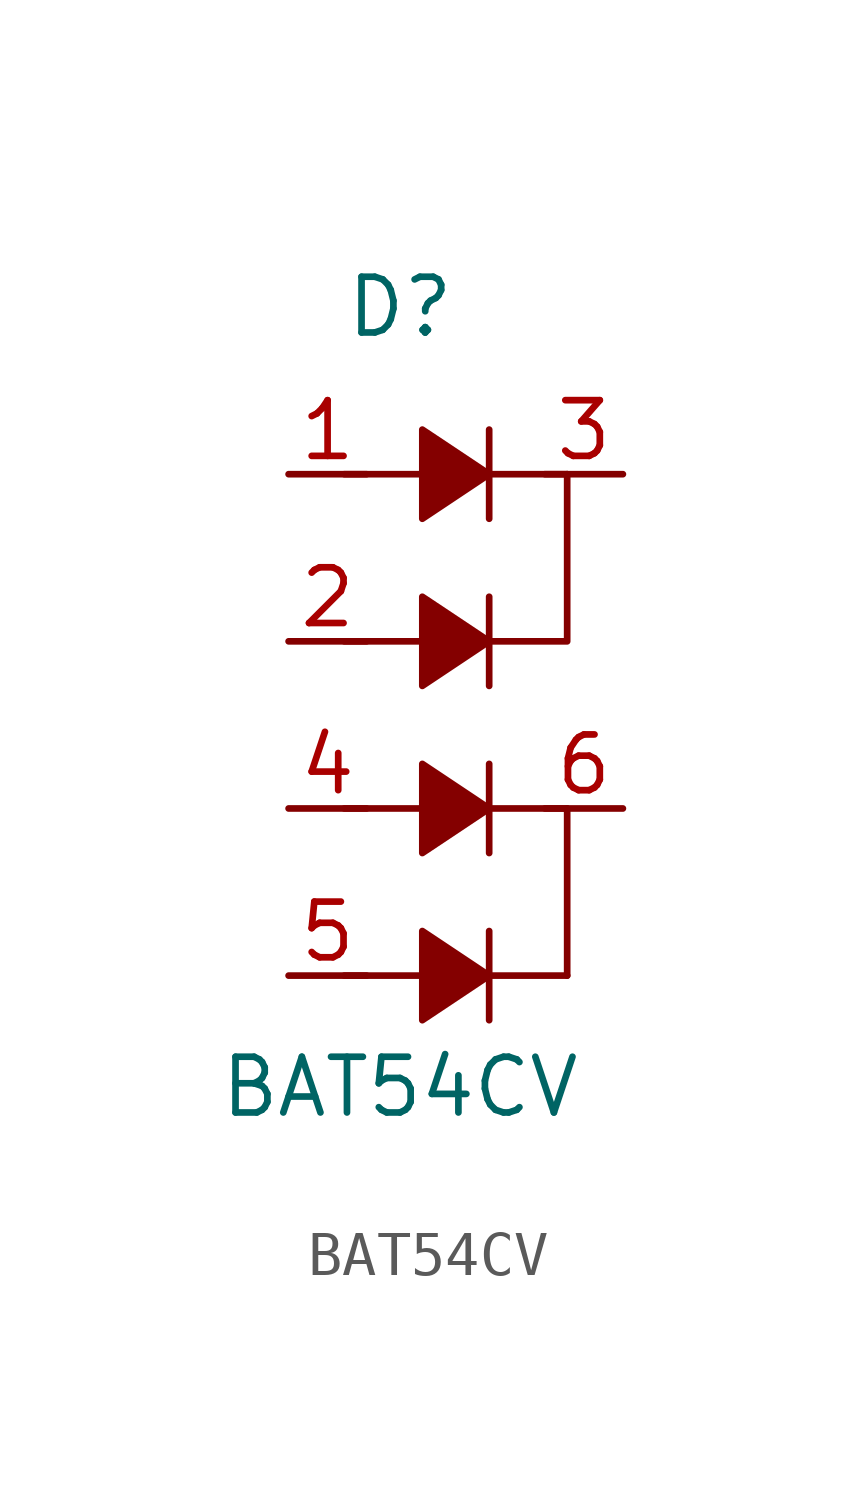
<source format=kicad_sym>
(kicad_symbol_lib
  (version 20211014)
  (generator kicad_symbol_editor)
  (symbol "BAT54CV"
    (pin_names
      (offset 0.254) hide)
    (property "Reference" "D"
      (at 0 3.81 0)
      (effects (font (size 1.27 1.27))))
    (property "Value" "BAT54CV"
      (at 0 -13.97 0)
      (effects (font (size 1.27 1.27))))
    (symbol "BAT54CV_0_1"
      (polyline (pts (xy -1.27 -11.43) (xy 3.81 -11.43)) (stroke (width 0) (type default) (color 0 0 0 0)) (fill (type none)))
      (polyline (pts (xy -1.27 -7.62) (xy 3.81 -7.62)) (stroke (width 0) (type default) (color 0 0 0 0)) (fill (type none)))
      (polyline (pts (xy -1.27 -3.81) (xy 1.27 -3.81)) (stroke (width 0) (type default) (color 0 0 0 0)) (fill (type none)))
      (polyline (pts (xy -1.27 0) (xy 3.81 0)) (stroke (width 0) (type default) (color 0 0 0 0)) (fill (type none)))
      (polyline (pts (xy 2.032 1.016) (xy 2.032 -1.016)) (stroke (width 0) (type default) (color 0 0 0 0)) (fill (type none)))
      (polyline (pts (xy 3.81 -7.62) (xy 3.81 -11.43)) (stroke (width 0) (type default) (color 0 0 0 0)) (fill (type none)))
      (polyline (pts (xy 1.27 -3.81) (xy 3.81 -3.81) (xy 3.81 0)) (stroke (width 0) (type default) (color 0 0 0 0)) (fill (type none)))
      (polyline (pts (xy 0.508 1.016) (xy 2.032 0) (xy 0.508 -1.016) (xy 0.508 1.016)) (stroke (width 0) (type default) (color 0 0 0 0)) (fill (type outline))))
    (symbol "BAT54CV_1_1"
      (polyline (pts (xy 2.032 -10.414) (xy 2.032 -12.446)) (stroke (width 0) (type default) (color 0 0 0 0)) (fill (type none)))
      (polyline (pts (xy 2.032 -6.604) (xy 2.032 -8.636)) (stroke (width 0) (type default) (color 0 0 0 0)) (fill (type none)))
      (polyline (pts (xy 2.032 -2.794) (xy 2.032 -4.826)) (stroke (width 0) (type default) (color 0 0 0 0)) (fill (type none)))
      (polyline (pts (xy 0.508 -10.414) (xy 2.032 -11.43) (xy 0.508 -12.446) (xy 0.508 -10.414)) (stroke (width 0) (type default) (color 0 0 0 0)) (fill (type outline)))
      (polyline (pts (xy 0.508 -6.604) (xy 2.032 -7.62) (xy 0.508 -8.636) (xy 0.508 -6.604)) (stroke (width 0) (type default) (color 0 0 0 0)) (fill (type outline)))
      (polyline (pts (xy 0.508 -2.794) (xy 2.032 -3.81) (xy 0.508 -4.826) (xy 0.508 -2.794)) (stroke (width 0) (type default) (color 0 0 0 0)) (fill (type outline)))
      (pin passive line (at -2.54 0 0) (length 1.778) (name "A" (effects (font (size 1.27 1.27)))) (number "1" (effects (font (size 1.27 1.27)))))
      (pin passive line (at -2.54 -3.81 0) (length 1.778) (name "A" (effects (font (size 1.27 1.27)))) (number "2" (effects (font (size 1.27 1.27)))))
      (pin passive line (at 5.08 0 180) (length 1.778) (name "K" (effects (font (size 1.27 1.27)))) (number "3" (effects (font (size 1.27 1.27)))))
      (pin passive line (at -2.54 -7.62 0) (length 1.778) (name "A" (effects (font (size 1.27 1.27)))) (number "4" (effects (font (size 1.27 1.27)))))
      (pin passive line (at -2.54 -11.43 0) (length 1.778) (name "A" (effects (font (size 1.27 1.27)))) (number "5" (effects (font (size 1.27 1.27)))))
      (pin passive line (at 5.08 -7.62 180) (length 1.778) (name "K" (effects (font (size 1.27 1.27)))) (number "6" (effects (font (size 1.27 1.27))))))))
</source>
